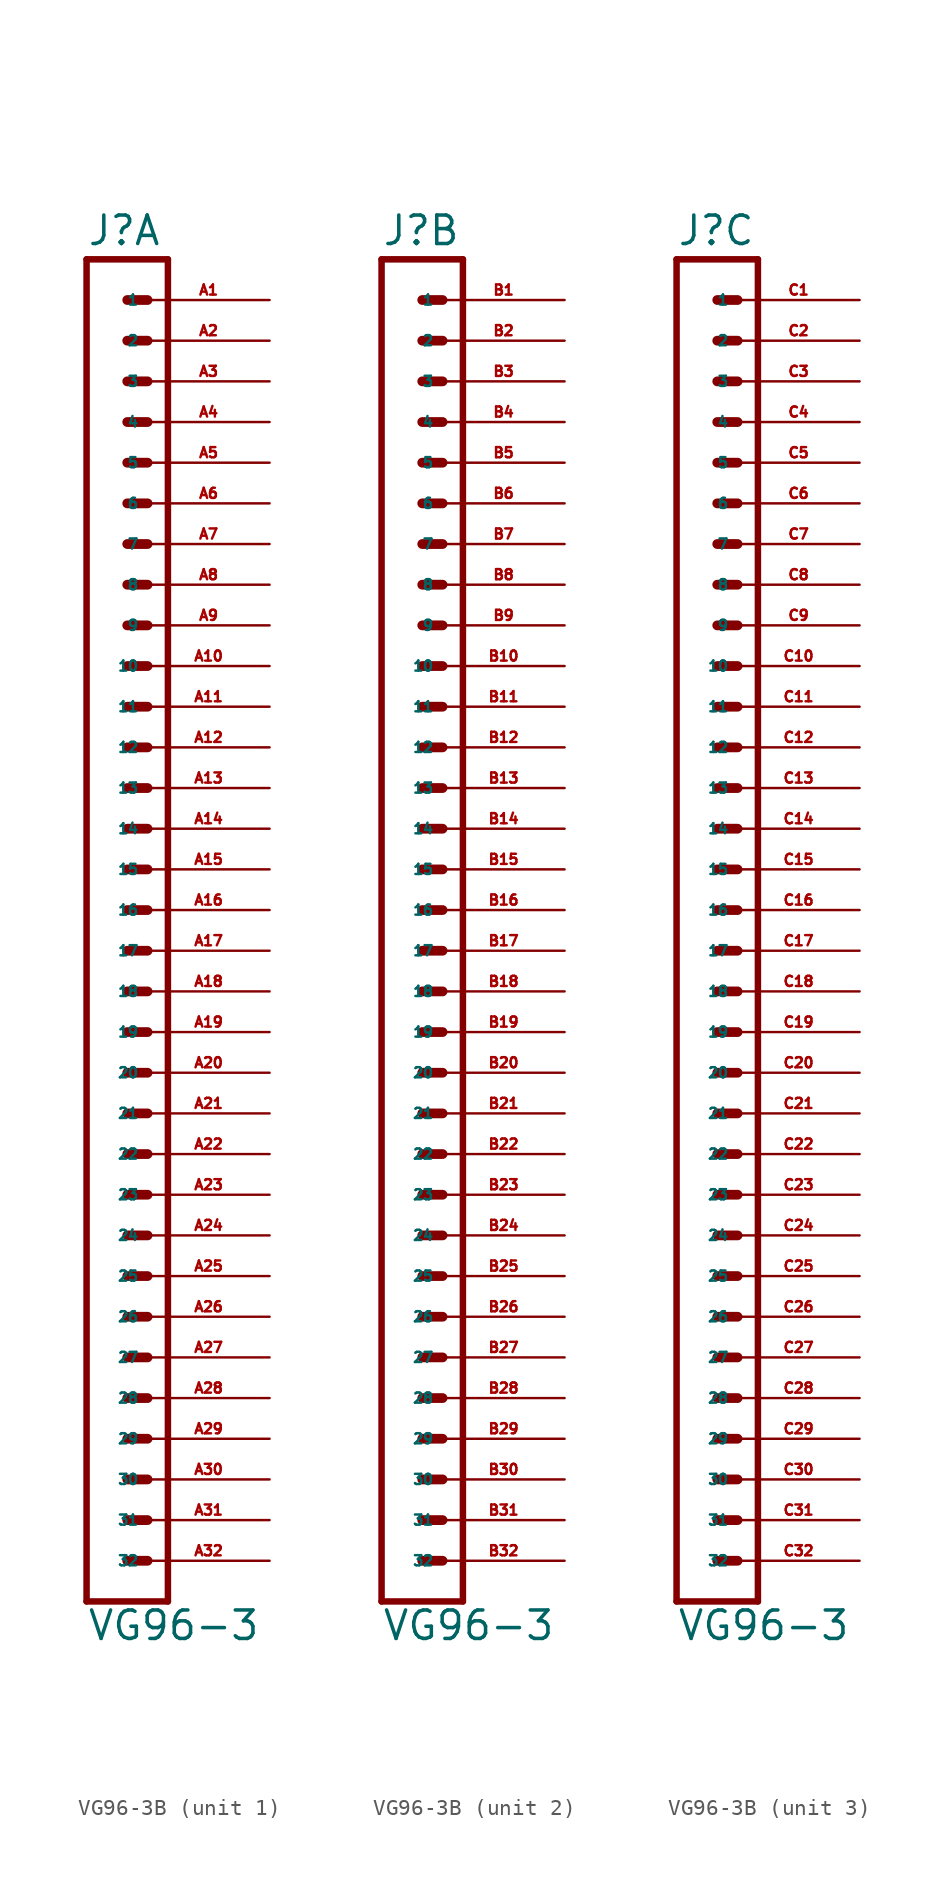
<source format=kicad_sym>
(kicad_symbol_lib
  (version 20220914)
  (generator Eagle2Kicad)
  (symbol "VG96-3B"
    (property "Reference" "J"
      (at -1.27 41.402 0)
      (effects (font (size 1.778 1.778) (thickness 0.22)) (justify left bottom)))
    (property "Value" "VG96-3"
      (at -1.27 -45.72 0)
      (effects (font (size 1.778 1.778) (thickness 0.22)) (justify left bottom)))
    (symbol "VG96-3B_1_0"
      (polyline (pts (xy 3.81 -43.18) (xy -1.27 -43.18)) (stroke (width 0.406) (type default)) (fill (type none)))
      (polyline (pts (xy -1.27 40.64) (xy -1.27 -43.18)) (stroke (width 0.406) (type default)) (fill (type none)))
      (polyline (pts (xy -1.27 40.64) (xy 3.81 40.64)) (stroke (width 0.406) (type default)) (fill (type none)))
      (polyline (pts (xy 3.81 -43.18) (xy 3.81 40.64)) (stroke (width 0.406) (type default)) (fill (type none)))
      (polyline (pts (xy 1.27 -40.64) (xy 2.54 -40.64)) (stroke (width 0.61) (type default)) (fill (type none)))
      (polyline (pts (xy 1.27 -38.1) (xy 2.54 -38.1)) (stroke (width 0.61) (type default)) (fill (type none)))
      (polyline (pts (xy 1.27 -35.56) (xy 2.54 -35.56)) (stroke (width 0.61) (type default)) (fill (type none)))
      (polyline (pts (xy 1.27 -33.02) (xy 2.54 -33.02)) (stroke (width 0.61) (type default)) (fill (type none)))
      (polyline (pts (xy 1.27 -30.48) (xy 2.54 -30.48)) (stroke (width 0.61) (type default)) (fill (type none)))
      (polyline (pts (xy 1.27 -27.94) (xy 2.54 -27.94)) (stroke (width 0.61) (type default)) (fill (type none)))
      (polyline (pts (xy 1.27 -25.4) (xy 2.54 -25.4)) (stroke (width 0.61) (type default)) (fill (type none)))
      (polyline (pts (xy 1.27 -22.86) (xy 2.54 -22.86)) (stroke (width 0.61) (type default)) (fill (type none)))
      (polyline (pts (xy 1.27 -20.32) (xy 2.54 -20.32)) (stroke (width 0.61) (type default)) (fill (type none)))
      (polyline (pts (xy 1.27 -17.78) (xy 2.54 -17.78)) (stroke (width 0.61) (type default)) (fill (type none)))
      (polyline (pts (xy 1.27 -15.24) (xy 2.54 -15.24)) (stroke (width 0.61) (type default)) (fill (type none)))
      (polyline (pts (xy 1.27 -12.7) (xy 2.54 -12.7)) (stroke (width 0.61) (type default)) (fill (type none)))
      (polyline (pts (xy 1.27 -10.16) (xy 2.54 -10.16)) (stroke (width 0.61) (type default)) (fill (type none)))
      (polyline (pts (xy 1.27 -7.62) (xy 2.54 -7.62)) (stroke (width 0.61) (type default)) (fill (type none)))
      (polyline (pts (xy 1.27 -5.08) (xy 2.54 -5.08)) (stroke (width 0.61) (type default)) (fill (type none)))
      (polyline (pts (xy 1.27 -2.54) (xy 2.54 -2.54)) (stroke (width 0.61) (type default)) (fill (type none)))
      (polyline (pts (xy 1.27 0) (xy 2.54 0)) (stroke (width 0.61) (type default)) (fill (type none)))
      (polyline (pts (xy 1.27 2.54) (xy 2.54 2.54)) (stroke (width 0.61) (type default)) (fill (type none)))
      (polyline (pts (xy 1.27 5.08) (xy 2.54 5.08)) (stroke (width 0.61) (type default)) (fill (type none)))
      (polyline (pts (xy 1.27 7.62) (xy 2.54 7.62)) (stroke (width 0.61) (type default)) (fill (type none)))
      (polyline (pts (xy 1.27 10.16) (xy 2.54 10.16)) (stroke (width 0.61) (type default)) (fill (type none)))
      (polyline (pts (xy 1.27 12.7) (xy 2.54 12.7)) (stroke (width 0.61) (type default)) (fill (type none)))
      (polyline (pts (xy 1.27 15.24) (xy 2.54 15.24)) (stroke (width 0.61) (type default)) (fill (type none)))
      (polyline (pts (xy 1.27 17.78) (xy 2.54 17.78)) (stroke (width 0.61) (type default)) (fill (type none)))
      (polyline (pts (xy 1.27 20.32) (xy 2.54 20.32)) (stroke (width 0.61) (type default)) (fill (type none)))
      (polyline (pts (xy 1.27 22.86) (xy 2.54 22.86)) (stroke (width 0.61) (type default)) (fill (type none)))
      (polyline (pts (xy 1.27 25.4) (xy 2.54 25.4)) (stroke (width 0.61) (type default)) (fill (type none)))
      (polyline (pts (xy 1.27 27.94) (xy 2.54 27.94)) (stroke (width 0.61) (type default)) (fill (type none)))
      (polyline (pts (xy 1.27 30.48) (xy 2.54 30.48)) (stroke (width 0.61) (type default)) (fill (type none)))
      (polyline (pts (xy 1.27 33.02) (xy 2.54 33.02)) (stroke (width 0.61) (type default)) (fill (type none)))
      (polyline (pts (xy 1.27 35.56) (xy 2.54 35.56)) (stroke (width 0.61) (type default)) (fill (type none)))
      (polyline (pts (xy 1.27 38.1) (xy 2.54 38.1)) (stroke (width 0.61) (type default)) (fill (type none)))
      (pin passive line (at 10.16 38.1 180) (length 7.62) (name "1" (effects (font (size 0.635 0.635) (thickness 0.08)) (justify left bottom))) (number "A1" (effects (font (size 0.635 0.635) (thickness 0.08)) (justify left bottom))))
      (pin passive line (at 10.16 35.56 180) (length 7.62) (name "2" (effects (font (size 0.635 0.635) (thickness 0.08)) (justify left bottom))) (number "A2" (effects (font (size 0.635 0.635) (thickness 0.08)) (justify left bottom))))
      (pin passive line (at 10.16 33.02 180) (length 7.62) (name "3" (effects (font (size 0.635 0.635) (thickness 0.08)) (justify left bottom))) (number "A3" (effects (font (size 0.635 0.635) (thickness 0.08)) (justify left bottom))))
      (pin passive line (at 10.16 30.48 180) (length 7.62) (name "4" (effects (font (size 0.635 0.635) (thickness 0.08)) (justify left bottom))) (number "A4" (effects (font (size 0.635 0.635) (thickness 0.08)) (justify left bottom))))
      (pin passive line (at 10.16 27.94 180) (length 7.62) (name "5" (effects (font (size 0.635 0.635) (thickness 0.08)) (justify left bottom))) (number "A5" (effects (font (size 0.635 0.635) (thickness 0.08)) (justify left bottom))))
      (pin passive line (at 10.16 25.4 180) (length 7.62) (name "6" (effects (font (size 0.635 0.635) (thickness 0.08)) (justify left bottom))) (number "A6" (effects (font (size 0.635 0.635) (thickness 0.08)) (justify left bottom))))
      (pin passive line (at 10.16 22.86 180) (length 7.62) (name "7" (effects (font (size 0.635 0.635) (thickness 0.08)) (justify left bottom))) (number "A7" (effects (font (size 0.635 0.635) (thickness 0.08)) (justify left bottom))))
      (pin passive line (at 10.16 20.32 180) (length 7.62) (name "8" (effects (font (size 0.635 0.635) (thickness 0.08)) (justify left bottom))) (number "A8" (effects (font (size 0.635 0.635) (thickness 0.08)) (justify left bottom))))
      (pin passive line (at 10.16 17.78 180) (length 7.62) (name "9" (effects (font (size 0.635 0.635) (thickness 0.08)) (justify left bottom))) (number "A9" (effects (font (size 0.635 0.635) (thickness 0.08)) (justify left bottom))))
      (pin passive line (at 10.16 15.24 180) (length 7.62) (name "10" (effects (font (size 0.635 0.635) (thickness 0.08)) (justify left bottom))) (number "A10" (effects (font (size 0.635 0.635) (thickness 0.08)) (justify left bottom))))
      (pin passive line (at 10.16 12.7 180) (length 7.62) (name "11" (effects (font (size 0.635 0.635) (thickness 0.08)) (justify left bottom))) (number "A11" (effects (font (size 0.635 0.635) (thickness 0.08)) (justify left bottom))))
      (pin passive line (at 10.16 10.16 180) (length 7.62) (name "12" (effects (font (size 0.635 0.635) (thickness 0.08)) (justify left bottom))) (number "A12" (effects (font (size 0.635 0.635) (thickness 0.08)) (justify left bottom))))
      (pin passive line (at 10.16 7.62 180) (length 7.62) (name "13" (effects (font (size 0.635 0.635) (thickness 0.08)) (justify left bottom))) (number "A13" (effects (font (size 0.635 0.635) (thickness 0.08)) (justify left bottom))))
      (pin passive line (at 10.16 5.08 180) (length 7.62) (name "14" (effects (font (size 0.635 0.635) (thickness 0.08)) (justify left bottom))) (number "A14" (effects (font (size 0.635 0.635) (thickness 0.08)) (justify left bottom))))
      (pin passive line (at 10.16 2.54 180) (length 7.62) (name "15" (effects (font (size 0.635 0.635) (thickness 0.08)) (justify left bottom))) (number "A15" (effects (font (size 0.635 0.635) (thickness 0.08)) (justify left bottom))))
      (pin passive line (at 10.16 0 180) (length 7.62) (name "16" (effects (font (size 0.635 0.635) (thickness 0.08)) (justify left bottom))) (number "A16" (effects (font (size 0.635 0.635) (thickness 0.08)) (justify left bottom))))
      (pin passive line (at 10.16 -2.54 180) (length 7.62) (name "17" (effects (font (size 0.635 0.635) (thickness 0.08)) (justify left bottom))) (number "A17" (effects (font (size 0.635 0.635) (thickness 0.08)) (justify left bottom))))
      (pin passive line (at 10.16 -5.08 180) (length 7.62) (name "18" (effects (font (size 0.635 0.635) (thickness 0.08)) (justify left bottom))) (number "A18" (effects (font (size 0.635 0.635) (thickness 0.08)) (justify left bottom))))
      (pin passive line (at 10.16 -7.62 180) (length 7.62) (name "19" (effects (font (size 0.635 0.635) (thickness 0.08)) (justify left bottom))) (number "A19" (effects (font (size 0.635 0.635) (thickness 0.08)) (justify left bottom))))
      (pin passive line (at 10.16 -10.16 180) (length 7.62) (name "20" (effects (font (size 0.635 0.635) (thickness 0.08)) (justify left bottom))) (number "A20" (effects (font (size 0.635 0.635) (thickness 0.08)) (justify left bottom))))
      (pin passive line (at 10.16 -12.7 180) (length 7.62) (name "21" (effects (font (size 0.635 0.635) (thickness 0.08)) (justify left bottom))) (number "A21" (effects (font (size 0.635 0.635) (thickness 0.08)) (justify left bottom))))
      (pin passive line (at 10.16 -15.24 180) (length 7.62) (name "22" (effects (font (size 0.635 0.635) (thickness 0.08)) (justify left bottom))) (number "A22" (effects (font (size 0.635 0.635) (thickness 0.08)) (justify left bottom))))
      (pin passive line (at 10.16 -17.78 180) (length 7.62) (name "23" (effects (font (size 0.635 0.635) (thickness 0.08)) (justify left bottom))) (number "A23" (effects (font (size 0.635 0.635) (thickness 0.08)) (justify left bottom))))
      (pin passive line (at 10.16 -20.32 180) (length 7.62) (name "24" (effects (font (size 0.635 0.635) (thickness 0.08)) (justify left bottom))) (number "A24" (effects (font (size 0.635 0.635) (thickness 0.08)) (justify left bottom))))
      (pin passive line (at 10.16 -22.86 180) (length 7.62) (name "25" (effects (font (size 0.635 0.635) (thickness 0.08)) (justify left bottom))) (number "A25" (effects (font (size 0.635 0.635) (thickness 0.08)) (justify left bottom))))
      (pin passive line (at 10.16 -25.4 180) (length 7.62) (name "26" (effects (font (size 0.635 0.635) (thickness 0.08)) (justify left bottom))) (number "A26" (effects (font (size 0.635 0.635) (thickness 0.08)) (justify left bottom))))
      (pin passive line (at 10.16 -27.94 180) (length 7.62) (name "27" (effects (font (size 0.635 0.635) (thickness 0.08)) (justify left bottom))) (number "A27" (effects (font (size 0.635 0.635) (thickness 0.08)) (justify left bottom))))
      (pin passive line (at 10.16 -30.48 180) (length 7.62) (name "28" (effects (font (size 0.635 0.635) (thickness 0.08)) (justify left bottom))) (number "A28" (effects (font (size 0.635 0.635) (thickness 0.08)) (justify left bottom))))
      (pin passive line (at 10.16 -33.02 180) (length 7.62) (name "29" (effects (font (size 0.635 0.635) (thickness 0.08)) (justify left bottom))) (number "A29" (effects (font (size 0.635 0.635) (thickness 0.08)) (justify left bottom))))
      (pin passive line (at 10.16 -35.56 180) (length 7.62) (name "30" (effects (font (size 0.635 0.635) (thickness 0.08)) (justify left bottom))) (number "A30" (effects (font (size 0.635 0.635) (thickness 0.08)) (justify left bottom))))
      (pin passive line (at 10.16 -38.1 180) (length 7.62) (name "31" (effects (font (size 0.635 0.635) (thickness 0.08)) (justify left bottom))) (number "A31" (effects (font (size 0.635 0.635) (thickness 0.08)) (justify left bottom))))
      (pin passive line (at 10.16 -40.64 180) (length 7.62) (name "32" (effects (font (size 0.635 0.635) (thickness 0.08)) (justify left bottom))) (number "A32" (effects (font (size 0.635 0.635) (thickness 0.08)) (justify left bottom)))))
    (symbol "VG96-3B_2_0"
      (polyline (pts (xy 3.81 -43.18) (xy -1.27 -43.18)) (stroke (width 0.406) (type default)) (fill (type none)))
      (polyline (pts (xy -1.27 40.64) (xy -1.27 -43.18)) (stroke (width 0.406) (type default)) (fill (type none)))
      (polyline (pts (xy -1.27 40.64) (xy 3.81 40.64)) (stroke (width 0.406) (type default)) (fill (type none)))
      (polyline (pts (xy 3.81 -43.18) (xy 3.81 40.64)) (stroke (width 0.406) (type default)) (fill (type none)))
      (polyline (pts (xy 1.27 -40.64) (xy 2.54 -40.64)) (stroke (width 0.61) (type default)) (fill (type none)))
      (polyline (pts (xy 1.27 -38.1) (xy 2.54 -38.1)) (stroke (width 0.61) (type default)) (fill (type none)))
      (polyline (pts (xy 1.27 -35.56) (xy 2.54 -35.56)) (stroke (width 0.61) (type default)) (fill (type none)))
      (polyline (pts (xy 1.27 -33.02) (xy 2.54 -33.02)) (stroke (width 0.61) (type default)) (fill (type none)))
      (polyline (pts (xy 1.27 -30.48) (xy 2.54 -30.48)) (stroke (width 0.61) (type default)) (fill (type none)))
      (polyline (pts (xy 1.27 -27.94) (xy 2.54 -27.94)) (stroke (width 0.61) (type default)) (fill (type none)))
      (polyline (pts (xy 1.27 -25.4) (xy 2.54 -25.4)) (stroke (width 0.61) (type default)) (fill (type none)))
      (polyline (pts (xy 1.27 -22.86) (xy 2.54 -22.86)) (stroke (width 0.61) (type default)) (fill (type none)))
      (polyline (pts (xy 1.27 -20.32) (xy 2.54 -20.32)) (stroke (width 0.61) (type default)) (fill (type none)))
      (polyline (pts (xy 1.27 -17.78) (xy 2.54 -17.78)) (stroke (width 0.61) (type default)) (fill (type none)))
      (polyline (pts (xy 1.27 -15.24) (xy 2.54 -15.24)) (stroke (width 0.61) (type default)) (fill (type none)))
      (polyline (pts (xy 1.27 -12.7) (xy 2.54 -12.7)) (stroke (width 0.61) (type default)) (fill (type none)))
      (polyline (pts (xy 1.27 -10.16) (xy 2.54 -10.16)) (stroke (width 0.61) (type default)) (fill (type none)))
      (polyline (pts (xy 1.27 -7.62) (xy 2.54 -7.62)) (stroke (width 0.61) (type default)) (fill (type none)))
      (polyline (pts (xy 1.27 -5.08) (xy 2.54 -5.08)) (stroke (width 0.61) (type default)) (fill (type none)))
      (polyline (pts (xy 1.27 -2.54) (xy 2.54 -2.54)) (stroke (width 0.61) (type default)) (fill (type none)))
      (polyline (pts (xy 1.27 0) (xy 2.54 0)) (stroke (width 0.61) (type default)) (fill (type none)))
      (polyline (pts (xy 1.27 2.54) (xy 2.54 2.54)) (stroke (width 0.61) (type default)) (fill (type none)))
      (polyline (pts (xy 1.27 5.08) (xy 2.54 5.08)) (stroke (width 0.61) (type default)) (fill (type none)))
      (polyline (pts (xy 1.27 7.62) (xy 2.54 7.62)) (stroke (width 0.61) (type default)) (fill (type none)))
      (polyline (pts (xy 1.27 10.16) (xy 2.54 10.16)) (stroke (width 0.61) (type default)) (fill (type none)))
      (polyline (pts (xy 1.27 12.7) (xy 2.54 12.7)) (stroke (width 0.61) (type default)) (fill (type none)))
      (polyline (pts (xy 1.27 15.24) (xy 2.54 15.24)) (stroke (width 0.61) (type default)) (fill (type none)))
      (polyline (pts (xy 1.27 17.78) (xy 2.54 17.78)) (stroke (width 0.61) (type default)) (fill (type none)))
      (polyline (pts (xy 1.27 20.32) (xy 2.54 20.32)) (stroke (width 0.61) (type default)) (fill (type none)))
      (polyline (pts (xy 1.27 22.86) (xy 2.54 22.86)) (stroke (width 0.61) (type default)) (fill (type none)))
      (polyline (pts (xy 1.27 25.4) (xy 2.54 25.4)) (stroke (width 0.61) (type default)) (fill (type none)))
      (polyline (pts (xy 1.27 27.94) (xy 2.54 27.94)) (stroke (width 0.61) (type default)) (fill (type none)))
      (polyline (pts (xy 1.27 30.48) (xy 2.54 30.48)) (stroke (width 0.61) (type default)) (fill (type none)))
      (polyline (pts (xy 1.27 33.02) (xy 2.54 33.02)) (stroke (width 0.61) (type default)) (fill (type none)))
      (polyline (pts (xy 1.27 35.56) (xy 2.54 35.56)) (stroke (width 0.61) (type default)) (fill (type none)))
      (polyline (pts (xy 1.27 38.1) (xy 2.54 38.1)) (stroke (width 0.61) (type default)) (fill (type none)))
      (pin passive line (at 10.16 38.1 180) (length 7.62) (name "1" (effects (font (size 0.635 0.635) (thickness 0.08)) (justify left bottom))) (number "B1" (effects (font (size 0.635 0.635) (thickness 0.08)) (justify left bottom))))
      (pin passive line (at 10.16 35.56 180) (length 7.62) (name "2" (effects (font (size 0.635 0.635) (thickness 0.08)) (justify left bottom))) (number "B2" (effects (font (size 0.635 0.635) (thickness 0.08)) (justify left bottom))))
      (pin passive line (at 10.16 33.02 180) (length 7.62) (name "3" (effects (font (size 0.635 0.635) (thickness 0.08)) (justify left bottom))) (number "B3" (effects (font (size 0.635 0.635) (thickness 0.08)) (justify left bottom))))
      (pin passive line (at 10.16 30.48 180) (length 7.62) (name "4" (effects (font (size 0.635 0.635) (thickness 0.08)) (justify left bottom))) (number "B4" (effects (font (size 0.635 0.635) (thickness 0.08)) (justify left bottom))))
      (pin passive line (at 10.16 27.94 180) (length 7.62) (name "5" (effects (font (size 0.635 0.635) (thickness 0.08)) (justify left bottom))) (number "B5" (effects (font (size 0.635 0.635) (thickness 0.08)) (justify left bottom))))
      (pin passive line (at 10.16 25.4 180) (length 7.62) (name "6" (effects (font (size 0.635 0.635) (thickness 0.08)) (justify left bottom))) (number "B6" (effects (font (size 0.635 0.635) (thickness 0.08)) (justify left bottom))))
      (pin passive line (at 10.16 22.86 180) (length 7.62) (name "7" (effects (font (size 0.635 0.635) (thickness 0.08)) (justify left bottom))) (number "B7" (effects (font (size 0.635 0.635) (thickness 0.08)) (justify left bottom))))
      (pin passive line (at 10.16 20.32 180) (length 7.62) (name "8" (effects (font (size 0.635 0.635) (thickness 0.08)) (justify left bottom))) (number "B8" (effects (font (size 0.635 0.635) (thickness 0.08)) (justify left bottom))))
      (pin passive line (at 10.16 17.78 180) (length 7.62) (name "9" (effects (font (size 0.635 0.635) (thickness 0.08)) (justify left bottom))) (number "B9" (effects (font (size 0.635 0.635) (thickness 0.08)) (justify left bottom))))
      (pin passive line (at 10.16 15.24 180) (length 7.62) (name "10" (effects (font (size 0.635 0.635) (thickness 0.08)) (justify left bottom))) (number "B10" (effects (font (size 0.635 0.635) (thickness 0.08)) (justify left bottom))))
      (pin passive line (at 10.16 12.7 180) (length 7.62) (name "11" (effects (font (size 0.635 0.635) (thickness 0.08)) (justify left bottom))) (number "B11" (effects (font (size 0.635 0.635) (thickness 0.08)) (justify left bottom))))
      (pin passive line (at 10.16 10.16 180) (length 7.62) (name "12" (effects (font (size 0.635 0.635) (thickness 0.08)) (justify left bottom))) (number "B12" (effects (font (size 0.635 0.635) (thickness 0.08)) (justify left bottom))))
      (pin passive line (at 10.16 7.62 180) (length 7.62) (name "13" (effects (font (size 0.635 0.635) (thickness 0.08)) (justify left bottom))) (number "B13" (effects (font (size 0.635 0.635) (thickness 0.08)) (justify left bottom))))
      (pin passive line (at 10.16 5.08 180) (length 7.62) (name "14" (effects (font (size 0.635 0.635) (thickness 0.08)) (justify left bottom))) (number "B14" (effects (font (size 0.635 0.635) (thickness 0.08)) (justify left bottom))))
      (pin passive line (at 10.16 2.54 180) (length 7.62) (name "15" (effects (font (size 0.635 0.635) (thickness 0.08)) (justify left bottom))) (number "B15" (effects (font (size 0.635 0.635) (thickness 0.08)) (justify left bottom))))
      (pin passive line (at 10.16 0 180) (length 7.62) (name "16" (effects (font (size 0.635 0.635) (thickness 0.08)) (justify left bottom))) (number "B16" (effects (font (size 0.635 0.635) (thickness 0.08)) (justify left bottom))))
      (pin passive line (at 10.16 -2.54 180) (length 7.62) (name "17" (effects (font (size 0.635 0.635) (thickness 0.08)) (justify left bottom))) (number "B17" (effects (font (size 0.635 0.635) (thickness 0.08)) (justify left bottom))))
      (pin passive line (at 10.16 -5.08 180) (length 7.62) (name "18" (effects (font (size 0.635 0.635) (thickness 0.08)) (justify left bottom))) (number "B18" (effects (font (size 0.635 0.635) (thickness 0.08)) (justify left bottom))))
      (pin passive line (at 10.16 -7.62 180) (length 7.62) (name "19" (effects (font (size 0.635 0.635) (thickness 0.08)) (justify left bottom))) (number "B19" (effects (font (size 0.635 0.635) (thickness 0.08)) (justify left bottom))))
      (pin passive line (at 10.16 -10.16 180) (length 7.62) (name "20" (effects (font (size 0.635 0.635) (thickness 0.08)) (justify left bottom))) (number "B20" (effects (font (size 0.635 0.635) (thickness 0.08)) (justify left bottom))))
      (pin passive line (at 10.16 -12.7 180) (length 7.62) (name "21" (effects (font (size 0.635 0.635) (thickness 0.08)) (justify left bottom))) (number "B21" (effects (font (size 0.635 0.635) (thickness 0.08)) (justify left bottom))))
      (pin passive line (at 10.16 -15.24 180) (length 7.62) (name "22" (effects (font (size 0.635 0.635) (thickness 0.08)) (justify left bottom))) (number "B22" (effects (font (size 0.635 0.635) (thickness 0.08)) (justify left bottom))))
      (pin passive line (at 10.16 -17.78 180) (length 7.62) (name "23" (effects (font (size 0.635 0.635) (thickness 0.08)) (justify left bottom))) (number "B23" (effects (font (size 0.635 0.635) (thickness 0.08)) (justify left bottom))))
      (pin passive line (at 10.16 -20.32 180) (length 7.62) (name "24" (effects (font (size 0.635 0.635) (thickness 0.08)) (justify left bottom))) (number "B24" (effects (font (size 0.635 0.635) (thickness 0.08)) (justify left bottom))))
      (pin passive line (at 10.16 -22.86 180) (length 7.62) (name "25" (effects (font (size 0.635 0.635) (thickness 0.08)) (justify left bottom))) (number "B25" (effects (font (size 0.635 0.635) (thickness 0.08)) (justify left bottom))))
      (pin passive line (at 10.16 -25.4 180) (length 7.62) (name "26" (effects (font (size 0.635 0.635) (thickness 0.08)) (justify left bottom))) (number "B26" (effects (font (size 0.635 0.635) (thickness 0.08)) (justify left bottom))))
      (pin passive line (at 10.16 -27.94 180) (length 7.62) (name "27" (effects (font (size 0.635 0.635) (thickness 0.08)) (justify left bottom))) (number "B27" (effects (font (size 0.635 0.635) (thickness 0.08)) (justify left bottom))))
      (pin passive line (at 10.16 -30.48 180) (length 7.62) (name "28" (effects (font (size 0.635 0.635) (thickness 0.08)) (justify left bottom))) (number "B28" (effects (font (size 0.635 0.635) (thickness 0.08)) (justify left bottom))))
      (pin passive line (at 10.16 -33.02 180) (length 7.62) (name "29" (effects (font (size 0.635 0.635) (thickness 0.08)) (justify left bottom))) (number "B29" (effects (font (size 0.635 0.635) (thickness 0.08)) (justify left bottom))))
      (pin passive line (at 10.16 -35.56 180) (length 7.62) (name "30" (effects (font (size 0.635 0.635) (thickness 0.08)) (justify left bottom))) (number "B30" (effects (font (size 0.635 0.635) (thickness 0.08)) (justify left bottom))))
      (pin passive line (at 10.16 -38.1 180) (length 7.62) (name "31" (effects (font (size 0.635 0.635) (thickness 0.08)) (justify left bottom))) (number "B31" (effects (font (size 0.635 0.635) (thickness 0.08)) (justify left bottom))))
      (pin passive line (at 10.16 -40.64 180) (length 7.62) (name "32" (effects (font (size 0.635 0.635) (thickness 0.08)) (justify left bottom))) (number "B32" (effects (font (size 0.635 0.635) (thickness 0.08)) (justify left bottom)))))
    (symbol "VG96-3B_3_0"
      (polyline (pts (xy 3.81 -43.18) (xy -1.27 -43.18)) (stroke (width 0.406) (type default)) (fill (type none)))
      (polyline (pts (xy -1.27 40.64) (xy -1.27 -43.18)) (stroke (width 0.406) (type default)) (fill (type none)))
      (polyline (pts (xy -1.27 40.64) (xy 3.81 40.64)) (stroke (width 0.406) (type default)) (fill (type none)))
      (polyline (pts (xy 3.81 -43.18) (xy 3.81 40.64)) (stroke (width 0.406) (type default)) (fill (type none)))
      (polyline (pts (xy 1.27 -40.64) (xy 2.54 -40.64)) (stroke (width 0.61) (type default)) (fill (type none)))
      (polyline (pts (xy 1.27 -38.1) (xy 2.54 -38.1)) (stroke (width 0.61) (type default)) (fill (type none)))
      (polyline (pts (xy 1.27 -35.56) (xy 2.54 -35.56)) (stroke (width 0.61) (type default)) (fill (type none)))
      (polyline (pts (xy 1.27 -33.02) (xy 2.54 -33.02)) (stroke (width 0.61) (type default)) (fill (type none)))
      (polyline (pts (xy 1.27 -30.48) (xy 2.54 -30.48)) (stroke (width 0.61) (type default)) (fill (type none)))
      (polyline (pts (xy 1.27 -27.94) (xy 2.54 -27.94)) (stroke (width 0.61) (type default)) (fill (type none)))
      (polyline (pts (xy 1.27 -25.4) (xy 2.54 -25.4)) (stroke (width 0.61) (type default)) (fill (type none)))
      (polyline (pts (xy 1.27 -22.86) (xy 2.54 -22.86)) (stroke (width 0.61) (type default)) (fill (type none)))
      (polyline (pts (xy 1.27 -20.32) (xy 2.54 -20.32)) (stroke (width 0.61) (type default)) (fill (type none)))
      (polyline (pts (xy 1.27 -17.78) (xy 2.54 -17.78)) (stroke (width 0.61) (type default)) (fill (type none)))
      (polyline (pts (xy 1.27 -15.24) (xy 2.54 -15.24)) (stroke (width 0.61) (type default)) (fill (type none)))
      (polyline (pts (xy 1.27 -12.7) (xy 2.54 -12.7)) (stroke (width 0.61) (type default)) (fill (type none)))
      (polyline (pts (xy 1.27 -10.16) (xy 2.54 -10.16)) (stroke (width 0.61) (type default)) (fill (type none)))
      (polyline (pts (xy 1.27 -7.62) (xy 2.54 -7.62)) (stroke (width 0.61) (type default)) (fill (type none)))
      (polyline (pts (xy 1.27 -5.08) (xy 2.54 -5.08)) (stroke (width 0.61) (type default)) (fill (type none)))
      (polyline (pts (xy 1.27 -2.54) (xy 2.54 -2.54)) (stroke (width 0.61) (type default)) (fill (type none)))
      (polyline (pts (xy 1.27 0) (xy 2.54 0)) (stroke (width 0.61) (type default)) (fill (type none)))
      (polyline (pts (xy 1.27 2.54) (xy 2.54 2.54)) (stroke (width 0.61) (type default)) (fill (type none)))
      (polyline (pts (xy 1.27 5.08) (xy 2.54 5.08)) (stroke (width 0.61) (type default)) (fill (type none)))
      (polyline (pts (xy 1.27 7.62) (xy 2.54 7.62)) (stroke (width 0.61) (type default)) (fill (type none)))
      (polyline (pts (xy 1.27 10.16) (xy 2.54 10.16)) (stroke (width 0.61) (type default)) (fill (type none)))
      (polyline (pts (xy 1.27 12.7) (xy 2.54 12.7)) (stroke (width 0.61) (type default)) (fill (type none)))
      (polyline (pts (xy 1.27 15.24) (xy 2.54 15.24)) (stroke (width 0.61) (type default)) (fill (type none)))
      (polyline (pts (xy 1.27 17.78) (xy 2.54 17.78)) (stroke (width 0.61) (type default)) (fill (type none)))
      (polyline (pts (xy 1.27 20.32) (xy 2.54 20.32)) (stroke (width 0.61) (type default)) (fill (type none)))
      (polyline (pts (xy 1.27 22.86) (xy 2.54 22.86)) (stroke (width 0.61) (type default)) (fill (type none)))
      (polyline (pts (xy 1.27 25.4) (xy 2.54 25.4)) (stroke (width 0.61) (type default)) (fill (type none)))
      (polyline (pts (xy 1.27 27.94) (xy 2.54 27.94)) (stroke (width 0.61) (type default)) (fill (type none)))
      (polyline (pts (xy 1.27 30.48) (xy 2.54 30.48)) (stroke (width 0.61) (type default)) (fill (type none)))
      (polyline (pts (xy 1.27 33.02) (xy 2.54 33.02)) (stroke (width 0.61) (type default)) (fill (type none)))
      (polyline (pts (xy 1.27 35.56) (xy 2.54 35.56)) (stroke (width 0.61) (type default)) (fill (type none)))
      (polyline (pts (xy 1.27 38.1) (xy 2.54 38.1)) (stroke (width 0.61) (type default)) (fill (type none)))
      (pin passive line (at 10.16 38.1 180) (length 7.62) (name "1" (effects (font (size 0.635 0.635) (thickness 0.08)) (justify left bottom))) (number "C1" (effects (font (size 0.635 0.635) (thickness 0.08)) (justify left bottom))))
      (pin passive line (at 10.16 35.56 180) (length 7.62) (name "2" (effects (font (size 0.635 0.635) (thickness 0.08)) (justify left bottom))) (number "C2" (effects (font (size 0.635 0.635) (thickness 0.08)) (justify left bottom))))
      (pin passive line (at 10.16 33.02 180) (length 7.62) (name "3" (effects (font (size 0.635 0.635) (thickness 0.08)) (justify left bottom))) (number "C3" (effects (font (size 0.635 0.635) (thickness 0.08)) (justify left bottom))))
      (pin passive line (at 10.16 30.48 180) (length 7.62) (name "4" (effects (font (size 0.635 0.635) (thickness 0.08)) (justify left bottom))) (number "C4" (effects (font (size 0.635 0.635) (thickness 0.08)) (justify left bottom))))
      (pin passive line (at 10.16 27.94 180) (length 7.62) (name "5" (effects (font (size 0.635 0.635) (thickness 0.08)) (justify left bottom))) (number "C5" (effects (font (size 0.635 0.635) (thickness 0.08)) (justify left bottom))))
      (pin passive line (at 10.16 25.4 180) (length 7.62) (name "6" (effects (font (size 0.635 0.635) (thickness 0.08)) (justify left bottom))) (number "C6" (effects (font (size 0.635 0.635) (thickness 0.08)) (justify left bottom))))
      (pin passive line (at 10.16 22.86 180) (length 7.62) (name "7" (effects (font (size 0.635 0.635) (thickness 0.08)) (justify left bottom))) (number "C7" (effects (font (size 0.635 0.635) (thickness 0.08)) (justify left bottom))))
      (pin passive line (at 10.16 20.32 180) (length 7.62) (name "8" (effects (font (size 0.635 0.635) (thickness 0.08)) (justify left bottom))) (number "C8" (effects (font (size 0.635 0.635) (thickness 0.08)) (justify left bottom))))
      (pin passive line (at 10.16 17.78 180) (length 7.62) (name "9" (effects (font (size 0.635 0.635) (thickness 0.08)) (justify left bottom))) (number "C9" (effects (font (size 0.635 0.635) (thickness 0.08)) (justify left bottom))))
      (pin passive line (at 10.16 15.24 180) (length 7.62) (name "10" (effects (font (size 0.635 0.635) (thickness 0.08)) (justify left bottom))) (number "C10" (effects (font (size 0.635 0.635) (thickness 0.08)) (justify left bottom))))
      (pin passive line (at 10.16 12.7 180) (length 7.62) (name "11" (effects (font (size 0.635 0.635) (thickness 0.08)) (justify left bottom))) (number "C11" (effects (font (size 0.635 0.635) (thickness 0.08)) (justify left bottom))))
      (pin passive line (at 10.16 10.16 180) (length 7.62) (name "12" (effects (font (size 0.635 0.635) (thickness 0.08)) (justify left bottom))) (number "C12" (effects (font (size 0.635 0.635) (thickness 0.08)) (justify left bottom))))
      (pin passive line (at 10.16 7.62 180) (length 7.62) (name "13" (effects (font (size 0.635 0.635) (thickness 0.08)) (justify left bottom))) (number "C13" (effects (font (size 0.635 0.635) (thickness 0.08)) (justify left bottom))))
      (pin passive line (at 10.16 5.08 180) (length 7.62) (name "14" (effects (font (size 0.635 0.635) (thickness 0.08)) (justify left bottom))) (number "C14" (effects (font (size 0.635 0.635) (thickness 0.08)) (justify left bottom))))
      (pin passive line (at 10.16 2.54 180) (length 7.62) (name "15" (effects (font (size 0.635 0.635) (thickness 0.08)) (justify left bottom))) (number "C15" (effects (font (size 0.635 0.635) (thickness 0.08)) (justify left bottom))))
      (pin passive line (at 10.16 0 180) (length 7.62) (name "16" (effects (font (size 0.635 0.635) (thickness 0.08)) (justify left bottom))) (number "C16" (effects (font (size 0.635 0.635) (thickness 0.08)) (justify left bottom))))
      (pin passive line (at 10.16 -2.54 180) (length 7.62) (name "17" (effects (font (size 0.635 0.635) (thickness 0.08)) (justify left bottom))) (number "C17" (effects (font (size 0.635 0.635) (thickness 0.08)) (justify left bottom))))
      (pin passive line (at 10.16 -5.08 180) (length 7.62) (name "18" (effects (font (size 0.635 0.635) (thickness 0.08)) (justify left bottom))) (number "C18" (effects (font (size 0.635 0.635) (thickness 0.08)) (justify left bottom))))
      (pin passive line (at 10.16 -7.62 180) (length 7.62) (name "19" (effects (font (size 0.635 0.635) (thickness 0.08)) (justify left bottom))) (number "C19" (effects (font (size 0.635 0.635) (thickness 0.08)) (justify left bottom))))
      (pin passive line (at 10.16 -10.16 180) (length 7.62) (name "20" (effects (font (size 0.635 0.635) (thickness 0.08)) (justify left bottom))) (number "C20" (effects (font (size 0.635 0.635) (thickness 0.08)) (justify left bottom))))
      (pin passive line (at 10.16 -12.7 180) (length 7.62) (name "21" (effects (font (size 0.635 0.635) (thickness 0.08)) (justify left bottom))) (number "C21" (effects (font (size 0.635 0.635) (thickness 0.08)) (justify left bottom))))
      (pin passive line (at 10.16 -15.24 180) (length 7.62) (name "22" (effects (font (size 0.635 0.635) (thickness 0.08)) (justify left bottom))) (number "C22" (effects (font (size 0.635 0.635) (thickness 0.08)) (justify left bottom))))
      (pin passive line (at 10.16 -17.78 180) (length 7.62) (name "23" (effects (font (size 0.635 0.635) (thickness 0.08)) (justify left bottom))) (number "C23" (effects (font (size 0.635 0.635) (thickness 0.08)) (justify left bottom))))
      (pin passive line (at 10.16 -20.32 180) (length 7.62) (name "24" (effects (font (size 0.635 0.635) (thickness 0.08)) (justify left bottom))) (number "C24" (effects (font (size 0.635 0.635) (thickness 0.08)) (justify left bottom))))
      (pin passive line (at 10.16 -22.86 180) (length 7.62) (name "25" (effects (font (size 0.635 0.635) (thickness 0.08)) (justify left bottom))) (number "C25" (effects (font (size 0.635 0.635) (thickness 0.08)) (justify left bottom))))
      (pin passive line (at 10.16 -25.4 180) (length 7.62) (name "26" (effects (font (size 0.635 0.635) (thickness 0.08)) (justify left bottom))) (number "C26" (effects (font (size 0.635 0.635) (thickness 0.08)) (justify left bottom))))
      (pin passive line (at 10.16 -27.94 180) (length 7.62) (name "27" (effects (font (size 0.635 0.635) (thickness 0.08)) (justify left bottom))) (number "C27" (effects (font (size 0.635 0.635) (thickness 0.08)) (justify left bottom))))
      (pin passive line (at 10.16 -30.48 180) (length 7.62) (name "28" (effects (font (size 0.635 0.635) (thickness 0.08)) (justify left bottom))) (number "C28" (effects (font (size 0.635 0.635) (thickness 0.08)) (justify left bottom))))
      (pin passive line (at 10.16 -33.02 180) (length 7.62) (name "29" (effects (font (size 0.635 0.635) (thickness 0.08)) (justify left bottom))) (number "C29" (effects (font (size 0.635 0.635) (thickness 0.08)) (justify left bottom))))
      (pin passive line (at 10.16 -35.56 180) (length 7.62) (name "30" (effects (font (size 0.635 0.635) (thickness 0.08)) (justify left bottom))) (number "C30" (effects (font (size 0.635 0.635) (thickness 0.08)) (justify left bottom))))
      (pin passive line (at 10.16 -38.1 180) (length 7.62) (name "31" (effects (font (size 0.635 0.635) (thickness 0.08)) (justify left bottom))) (number "C31" (effects (font (size 0.635 0.635) (thickness 0.08)) (justify left bottom))))
      (pin passive line (at 10.16 -40.64 180) (length 7.62) (name "32" (effects (font (size 0.635 0.635) (thickness 0.08)) (justify left bottom))) (number "C32" (effects (font (size 0.635 0.635) (thickness 0.08)) (justify left bottom)))))))
</source>
